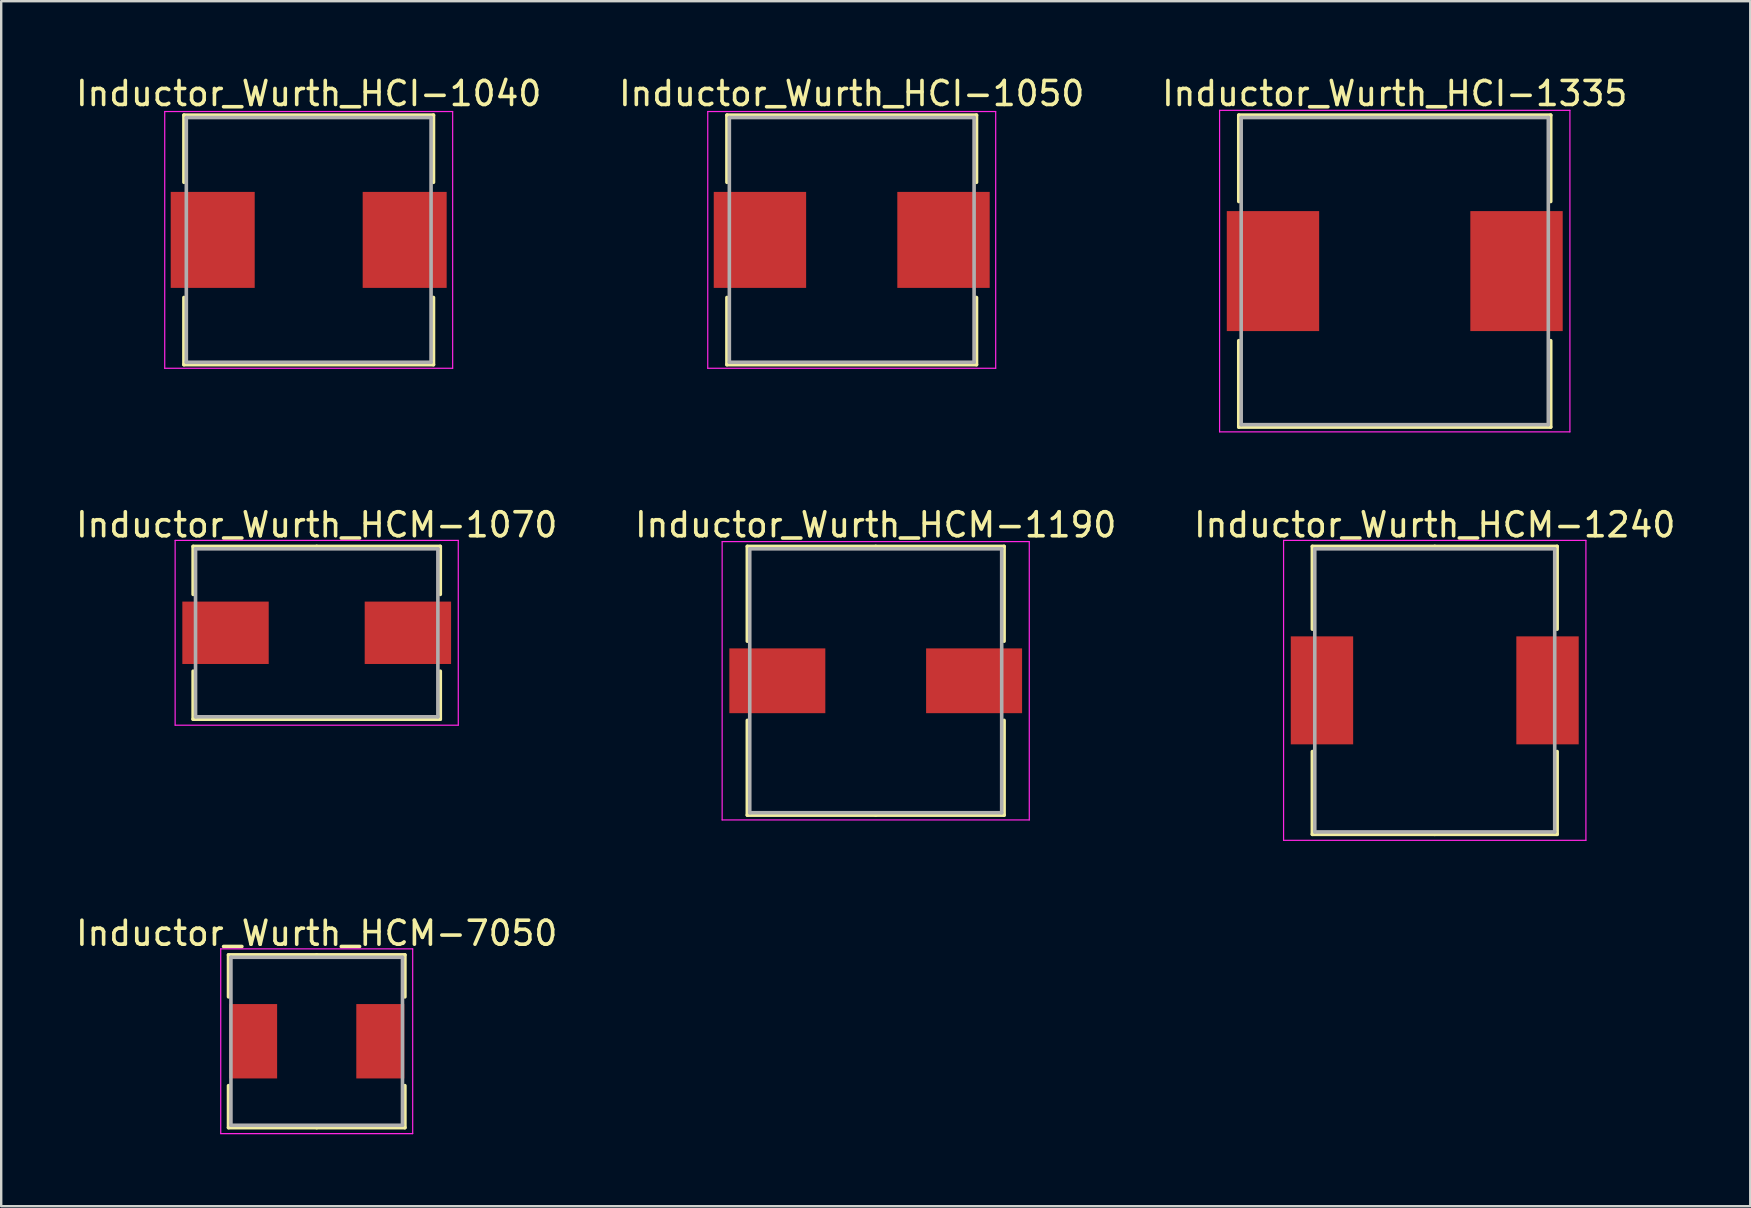
<source format=kicad_pcb>
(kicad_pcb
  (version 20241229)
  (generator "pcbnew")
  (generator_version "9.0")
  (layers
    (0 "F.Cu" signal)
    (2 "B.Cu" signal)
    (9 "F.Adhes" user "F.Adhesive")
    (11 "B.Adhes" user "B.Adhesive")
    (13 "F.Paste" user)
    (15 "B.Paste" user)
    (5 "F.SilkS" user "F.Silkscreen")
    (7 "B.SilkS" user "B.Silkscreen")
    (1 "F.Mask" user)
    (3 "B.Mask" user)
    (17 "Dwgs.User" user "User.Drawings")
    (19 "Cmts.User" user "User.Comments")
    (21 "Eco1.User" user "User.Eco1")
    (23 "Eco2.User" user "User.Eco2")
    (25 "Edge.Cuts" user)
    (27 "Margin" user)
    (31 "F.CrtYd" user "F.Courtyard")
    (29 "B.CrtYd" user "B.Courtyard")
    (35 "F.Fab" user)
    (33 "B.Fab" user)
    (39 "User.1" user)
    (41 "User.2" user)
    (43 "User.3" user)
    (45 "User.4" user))
  (footprint "Inductor_Wurth_HCI-1050"
    (layer "F.Cu")
    (at 32.446 6.948)
    (property "Reference" "Inductor_Wurth_HCI-1050" (at 0 -6.1 0) (layer "F.SilkS") (effects (font (size 1 1) (thickness 0.15))))
    (attr smd)
    (fp_line (start -5.2 -5.2) (end 5.2 -5.2) (stroke (width 0.15) (type solid)) (layer "F.SilkS"))
    (fp_line (start -5.2 -2.4) (end -5.2 -5.2) (stroke (width 0.15) (type solid)) (layer "F.SilkS"))
    (fp_line (start -5.2 2.4) (end -5.2 5.2) (stroke (width 0.15) (type solid)) (layer "F.SilkS"))
    (fp_line (start -5.2 5.2) (end 5.2 5.2) (stroke (width 0.15) (type solid)) (layer "F.SilkS"))
    (fp_line (start 5.2 -5.2) (end 5.2 -2.4) (stroke (width 0.15) (type solid)) (layer "F.SilkS"))
    (fp_line (start 5.2 5.2) (end 5.2 2.4) (stroke (width 0.15) (type solid)) (layer "F.SilkS"))
    (fp_line (start -6 -5.35) (end -6 5.35) (stroke (width 0.05) (type solid)) (layer "F.CrtYd"))
    (fp_line (start -6 5.35) (end 6 5.35) (stroke (width 0.05) (type solid)) (layer "F.CrtYd"))
    (fp_line (start 6 -5.35) (end -6 -5.35) (stroke (width 0.05) (type solid)) (layer "F.CrtYd"))
    (fp_line (start 6 5.35) (end 6 -5.35) (stroke (width 0.05) (type solid)) (layer "F.CrtYd"))
    (fp_line (start -5.1 -5.1) (end -5.1 5.1) (stroke (width 0.15) (type solid)) (layer "F.Fab"))
    (fp_line (start -5.1 5.1) (end 5.1 5.1) (stroke (width 0.15) (type solid)) (layer "F.Fab"))
    (fp_line (start 5.1 -5.1) (end -5.1 -5.1) (stroke (width 0.15) (type solid)) (layer "F.Fab"))
    (fp_line (start 5.1 5.1) (end 5.1 -5.1) (stroke (width 0.15) (type solid)) (layer "F.Fab"))
    (pad "1" smd rect (at -3.825 0) (size 3.85 4) (layers "F.Cu" "F.Mask" "F.Paste"))
    (pad "2" smd rect (at 3.825 0) (size 3.85 4) (layers "F.Cu" "F.Mask" "F.Paste")))
  (footprint "Inductor_Wurth_HCM-7050"
    (layer "F.Cu")
    (at 10.149 40.345)
    (property "Reference" "Inductor_Wurth_HCM-7050" (at 0 -4.5 0) (layer "F.SilkS") (effects (font (size 1 1) (thickness 0.15))))
    (attr smd)
    (fp_line (start -3.675 -3.6) (end 0 -3.6) (stroke (width 0.15) (type solid)) (layer "F.SilkS"))
    (fp_line (start -3.675 -1.85) (end -3.675 -3.6) (stroke (width 0.15) (type solid)) (layer "F.SilkS"))
    (fp_line (start -3.675 1.85) (end -3.675 3.6) (stroke (width 0.15) (type solid)) (layer "F.SilkS"))
    (fp_line (start -3.675 3.6) (end 0 3.6) (stroke (width 0.15) (type solid)) (layer "F.SilkS"))
    (fp_line (start 3.675 -3.6) (end 0 -3.6) (stroke (width 0.15) (type solid)) (layer "F.SilkS"))
    (fp_line (start 3.675 -1.85) (end 3.675 -3.6) (stroke (width 0.15) (type solid)) (layer "F.SilkS"))
    (fp_line (start 3.675 1.85) (end 3.675 3.6) (stroke (width 0.15) (type solid)) (layer "F.SilkS"))
    (fp_line (start 3.675 3.6) (end 0 3.6) (stroke (width 0.15) (type solid)) (layer "F.SilkS"))
    (fp_line (start -4 -3.85) (end -4 3.85) (stroke (width 0.05) (type solid)) (layer "F.CrtYd"))
    (fp_line (start -4 3.85) (end 4 3.85) (stroke (width 0.05) (type solid)) (layer "F.CrtYd"))
    (fp_line (start 4 -3.85) (end -4 -3.85) (stroke (width 0.05) (type solid)) (layer "F.CrtYd"))
    (fp_line (start 4 3.85) (end 4 -3.85) (stroke (width 0.05) (type solid)) (layer "F.CrtYd"))
    (fp_line (start -3.575 -3.5) (end -3.575 3.5) (stroke (width 0.15) (type solid)) (layer "F.Fab"))
    (fp_line (start -3.575 3.5) (end 3.575 3.5) (stroke (width 0.15) (type solid)) (layer "F.Fab"))
    (fp_line (start 3.575 -3.5) (end -3.575 -3.5) (stroke (width 0.15) (type solid)) (layer "F.Fab"))
    (fp_line (start 3.575 3.5) (end 3.575 -3.5) (stroke (width 0.15) (type solid)) (layer "F.Fab"))
    (pad "1" smd rect (at -2.65 0) (size 2 3.1) (layers "F.Cu" "F.Mask" "F.Paste"))
    (pad "2" smd rect (at 2.65 0) (size 2 3.1) (layers "F.Cu" "F.Mask" "F.Paste")))
  (footprint "Inductor_Wurth_HCI-1040"
    (layer "F.Cu")
    (at 9.815 6.948)
    (property "Reference" "Inductor_Wurth_HCI-1040" (at 0 -6.1 0) (layer "F.SilkS") (effects (font (size 1 1) (thickness 0.15))))
    (attr smd)
    (fp_line (start -5.2 -5.2) (end 5.2 -5.2) (stroke (width 0.15) (type solid)) (layer "F.SilkS"))
    (fp_line (start -5.2 -2.4) (end -5.2 -5.2) (stroke (width 0.15) (type solid)) (layer "F.SilkS"))
    (fp_line (start -5.2 2.4) (end -5.2 5.2) (stroke (width 0.15) (type solid)) (layer "F.SilkS"))
    (fp_line (start -5.2 5.2) (end 5.2 5.2) (stroke (width 0.15) (type solid)) (layer "F.SilkS"))
    (fp_line (start 5.2 -5.2) (end 5.2 -2.4) (stroke (width 0.15) (type solid)) (layer "F.SilkS"))
    (fp_line (start 5.2 5.2) (end 5.2 2.4) (stroke (width 0.15) (type solid)) (layer "F.SilkS"))
    (fp_line (start -6 -5.35) (end -6 5.35) (stroke (width 0.05) (type solid)) (layer "F.CrtYd"))
    (fp_line (start -6 5.35) (end 6 5.35) (stroke (width 0.05) (type solid)) (layer "F.CrtYd"))
    (fp_line (start 6 -5.35) (end -6 -5.35) (stroke (width 0.05) (type solid)) (layer "F.CrtYd"))
    (fp_line (start 6 5.35) (end 6 -5.35) (stroke (width 0.05) (type solid)) (layer "F.CrtYd"))
    (fp_line (start -5.1 -5.1) (end -5.1 5.1) (stroke (width 0.15) (type solid)) (layer "F.Fab"))
    (fp_line (start -5.1 5.1) (end 5.1 5.1) (stroke (width 0.15) (type solid)) (layer "F.Fab"))
    (fp_line (start 5.1 -5.1) (end -5.1 -5.1) (stroke (width 0.15) (type solid)) (layer "F.Fab"))
    (fp_line (start 5.1 5.1) (end 5.1 -5.1) (stroke (width 0.15) (type solid)) (layer "F.Fab"))
    (pad "1" smd rect (at -4 0) (size 3.5 4) (layers "F.Cu" "F.Mask" "F.Paste"))
    (pad "2" smd rect (at 4 0) (size 3.5 4) (layers "F.Cu" "F.Mask" "F.Paste")))
  (footprint "Inductor_Wurth_HCM-1070"
    (layer "F.Cu")
    (at 10.149 23.322)
    (property "Reference" "Inductor_Wurth_HCM-1070" (at 0 -4.5 0) (layer "F.SilkS") (effects (font (size 1 1) (thickness 0.15))))
    (attr smd)
    (fp_line (start -5.15 -3.6) (end 0 -3.6) (stroke (width 0.15) (type solid)) (layer "F.SilkS"))
    (fp_line (start -5.15 -1.6) (end -5.15 -3.6) (stroke (width 0.15) (type solid)) (layer "F.SilkS"))
    (fp_line (start -5.15 1.6) (end -5.15 3.6) (stroke (width 0.15) (type solid)) (layer "F.SilkS"))
    (fp_line (start -5.15 3.6) (end 0 3.6) (stroke (width 0.15) (type solid)) (layer "F.SilkS"))
    (fp_line (start 5.15 -3.6) (end 0 -3.6) (stroke (width 0.15) (type solid)) (layer "F.SilkS"))
    (fp_line (start 5.15 -1.6) (end 5.15 -3.6) (stroke (width 0.15) (type solid)) (layer "F.SilkS"))
    (fp_line (start 5.15 1.6) (end 5.15 3.6) (stroke (width 0.15) (type solid)) (layer "F.SilkS"))
    (fp_line (start 5.15 3.6) (end 0 3.6) (stroke (width 0.15) (type solid)) (layer "F.SilkS"))
    (fp_line (start -5.9 -3.85) (end -5.9 3.85) (stroke (width 0.05) (type solid)) (layer "F.CrtYd"))
    (fp_line (start -5.9 3.85) (end 5.9 3.85) (stroke (width 0.05) (type solid)) (layer "F.CrtYd"))
    (fp_line (start 5.9 -3.85) (end -5.9 -3.85) (stroke (width 0.05) (type solid)) (layer "F.CrtYd"))
    (fp_line (start 5.9 3.85) (end 5.9 -3.85) (stroke (width 0.05) (type solid)) (layer "F.CrtYd"))
    (fp_line (start -5.05 -3.5) (end -5.05 3.5) (stroke (width 0.15) (type solid)) (layer "F.Fab"))
    (fp_line (start -5.05 3.5) (end 5.05 3.5) (stroke (width 0.15) (type solid)) (layer "F.Fab"))
    (fp_line (start 5.05 -3.5) (end -5.05 -3.5) (stroke (width 0.15) (type solid)) (layer "F.Fab"))
    (fp_line (start 5.05 3.5) (end 5.05 -3.5) (stroke (width 0.15) (type solid)) (layer "F.Fab"))
    (pad "1" smd rect (at -3.8 0) (size 3.6 2.6) (layers "F.Cu" "F.Mask" "F.Paste"))
    (pad "2" smd rect (at 3.8 0) (size 3.6 2.6) (layers "F.Cu" "F.Mask" "F.Paste")))
  (footprint "Inductor_Wurth_HCM-1190"
    (layer "F.Cu")
    (at 33.446 25.322)
    (property "Reference" "Inductor_Wurth_HCM-1190" (at 0 -6.5 0) (layer "F.SilkS") (effects (font (size 1 1) (thickness 0.15))))
    (attr smd)
    (fp_line (start -5.35 -5.6) (end 0 -5.6) (stroke (width 0.15) (type solid)) (layer "F.SilkS"))
    (fp_line (start -5.35 -1.65) (end -5.35 -5.6) (stroke (width 0.15) (type solid)) (layer "F.SilkS"))
    (fp_line (start -5.35 1.65) (end -5.35 5.6) (stroke (width 0.15) (type solid)) (layer "F.SilkS"))
    (fp_line (start -5.35 5.6) (end 0 5.6) (stroke (width 0.15) (type solid)) (layer "F.SilkS"))
    (fp_line (start 5.35 -5.6) (end 0 -5.6) (stroke (width 0.15) (type solid)) (layer "F.SilkS"))
    (fp_line (start 5.35 -1.65) (end 5.35 -5.6) (stroke (width 0.15) (type solid)) (layer "F.SilkS"))
    (fp_line (start 5.35 1.65) (end 5.35 5.6) (stroke (width 0.15) (type solid)) (layer "F.SilkS"))
    (fp_line (start 5.35 5.6) (end 0 5.6) (stroke (width 0.15) (type solid)) (layer "F.SilkS"))
    (fp_line (start -6.4 -5.8) (end -6.4 5.8) (stroke (width 0.05) (type solid)) (layer "F.CrtYd"))
    (fp_line (start -6.4 5.8) (end 6.4 5.8) (stroke (width 0.05) (type solid)) (layer "F.CrtYd"))
    (fp_line (start 6.4 -5.8) (end -6.4 -5.8) (stroke (width 0.05) (type solid)) (layer "F.CrtYd"))
    (fp_line (start 6.4 5.8) (end 6.4 -5.8) (stroke (width 0.05) (type solid)) (layer "F.CrtYd"))
    (fp_line (start -5.25 -5.5) (end -5.25 5.5) (stroke (width 0.15) (type solid)) (layer "F.Fab"))
    (fp_line (start -5.25 5.5) (end 5.25 5.5) (stroke (width 0.15) (type solid)) (layer "F.Fab"))
    (fp_line (start 5.25 -5.5) (end -5.25 -5.5) (stroke (width 0.15) (type solid)) (layer "F.Fab"))
    (fp_line (start 5.25 5.5) (end 5.25 -5.5) (stroke (width 0.15) (type solid)) (layer "F.Fab"))
    (pad "1" smd rect (at -4.1 0) (size 4 2.7) (layers "F.Cu" "F.Mask" "F.Paste"))
    (pad "2" smd rect (at 4.1 0) (size 4 2.7) (layers "F.Cu" "F.Mask" "F.Paste")))
  (footprint "Inductor_Wurth_HCM-1240"
    (layer "F.Cu")
    (at 56.744 25.721)
    (property "Reference" "Inductor_Wurth_HCM-1240" (at 0 -6.9 0) (layer "F.SilkS") (effects (font (size 1 1) (thickness 0.15))))
    (attr smd)
    (fp_line (start -5.1 -6) (end 0 -6) (stroke (width 0.15) (type solid)) (layer "F.SilkS"))
    (fp_line (start -5.1 -2.55) (end -5.1 -6) (stroke (width 0.15) (type solid)) (layer "F.SilkS"))
    (fp_line (start -5.1 2.55) (end -5.1 6) (stroke (width 0.15) (type solid)) (layer "F.SilkS"))
    (fp_line (start -5.1 6) (end 0 6) (stroke (width 0.15) (type solid)) (layer "F.SilkS"))
    (fp_line (start 5.1 -6) (end 0 -6) (stroke (width 0.15) (type solid)) (layer "F.SilkS"))
    (fp_line (start 5.1 -2.55) (end 5.1 -6) (stroke (width 0.15) (type solid)) (layer "F.SilkS"))
    (fp_line (start 5.1 2.55) (end 5.1 6) (stroke (width 0.15) (type solid)) (layer "F.SilkS"))
    (fp_line (start 5.1 6) (end 0 6) (stroke (width 0.15) (type solid)) (layer "F.SilkS"))
    (fp_line (start -6.3 -6.25) (end -6.3 6.25) (stroke (width 0.05) (type solid)) (layer "F.CrtYd"))
    (fp_line (start -6.3 6.25) (end 6.3 6.25) (stroke (width 0.05) (type solid)) (layer "F.CrtYd"))
    (fp_line (start 6.3 -6.25) (end -6.3 -6.25) (stroke (width 0.05) (type solid)) (layer "F.CrtYd"))
    (fp_line (start 6.3 6.25) (end 6.3 -6.25) (stroke (width 0.05) (type solid)) (layer "F.CrtYd"))
    (fp_line (start -5 -5.9) (end -5 5.9) (stroke (width 0.15) (type solid)) (layer "F.Fab"))
    (fp_line (start -5 5.9) (end 5 5.9) (stroke (width 0.15) (type solid)) (layer "F.Fab"))
    (fp_line (start 5 -5.9) (end -5 -5.9) (stroke (width 0.15) (type solid)) (layer "F.Fab"))
    (fp_line (start 5 5.9) (end 5 -5.9) (stroke (width 0.15) (type solid)) (layer "F.Fab"))
    (pad "1" smd rect (at -4.7 0) (size 2.6 4.5) (layers "F.Cu" "F.Mask" "F.Paste"))
    (pad "2" smd rect (at 4.7 0) (size 2.6 4.5) (layers "F.Cu" "F.Mask" "F.Paste")))
  (footprint "Inductor_Wurth_HCI-1335"
    (layer "F.Cu")
    (at 55.077 8.248)
    (property "Reference" "Inductor_Wurth_HCI-1335" (at 0 -7.4 0) (layer "F.SilkS") (effects (font (size 1 1) (thickness 0.15))))
    (attr smd)
    (fp_line (start -6.5 -6.5) (end 6.5 -6.5) (stroke (width 0.15) (type solid)) (layer "F.SilkS"))
    (fp_line (start -6.5 -2.9) (end -6.5 -6.5) (stroke (width 0.15) (type solid)) (layer "F.SilkS"))
    (fp_line (start -6.5 2.9) (end -6.5 6.5) (stroke (width 0.15) (type solid)) (layer "F.SilkS"))
    (fp_line (start -6.5 6.5) (end 6.5 6.5) (stroke (width 0.15) (type solid)) (layer "F.SilkS"))
    (fp_line (start 6.5 -6.5) (end 6.5 -2.9) (stroke (width 0.15) (type solid)) (layer "F.SilkS"))
    (fp_line (start 6.5 6.5) (end 6.5 2.9) (stroke (width 0.15) (type solid)) (layer "F.SilkS"))
    (fp_line (start -7.3 -6.7) (end -7.3 6.7) (stroke (width 0.05) (type solid)) (layer "F.CrtYd"))
    (fp_line (start -7.3 6.7) (end 7.3 6.7) (stroke (width 0.05) (type solid)) (layer "F.CrtYd"))
    (fp_line (start 7.3 -6.7) (end -7.3 -6.7) (stroke (width 0.05) (type solid)) (layer "F.CrtYd"))
    (fp_line (start 7.3 6.7) (end 7.3 -6.7) (stroke (width 0.05) (type solid)) (layer "F.CrtYd"))
    (fp_line (start -6.4 -6.4) (end -6.4 6.4) (stroke (width 0.15) (type solid)) (layer "F.Fab"))
    (fp_line (start -6.4 6.4) (end 6.4 6.4) (stroke (width 0.15) (type solid)) (layer "F.Fab"))
    (fp_line (start 6.4 -6.4) (end -6.4 -6.4) (stroke (width 0.15) (type solid)) (layer "F.Fab"))
    (fp_line (start 6.4 6.4) (end 6.4 -6.4) (stroke (width 0.15) (type solid)) (layer "F.Fab"))
    (pad "1" smd rect (at -5.075 0) (size 3.85 5) (layers "F.Cu" "F.Mask" "F.Paste"))
    (pad "2" smd rect (at 5.075 0) (size 3.85 5) (layers "F.Cu" "F.Mask" "F.Paste")))
  (gr_rect
    (start -3 -3)
    (end 69.893 47.22)
    (stroke (width 0.1) (type default))
    (fill no)
    (layer "Edge.Cuts")))
</source>
